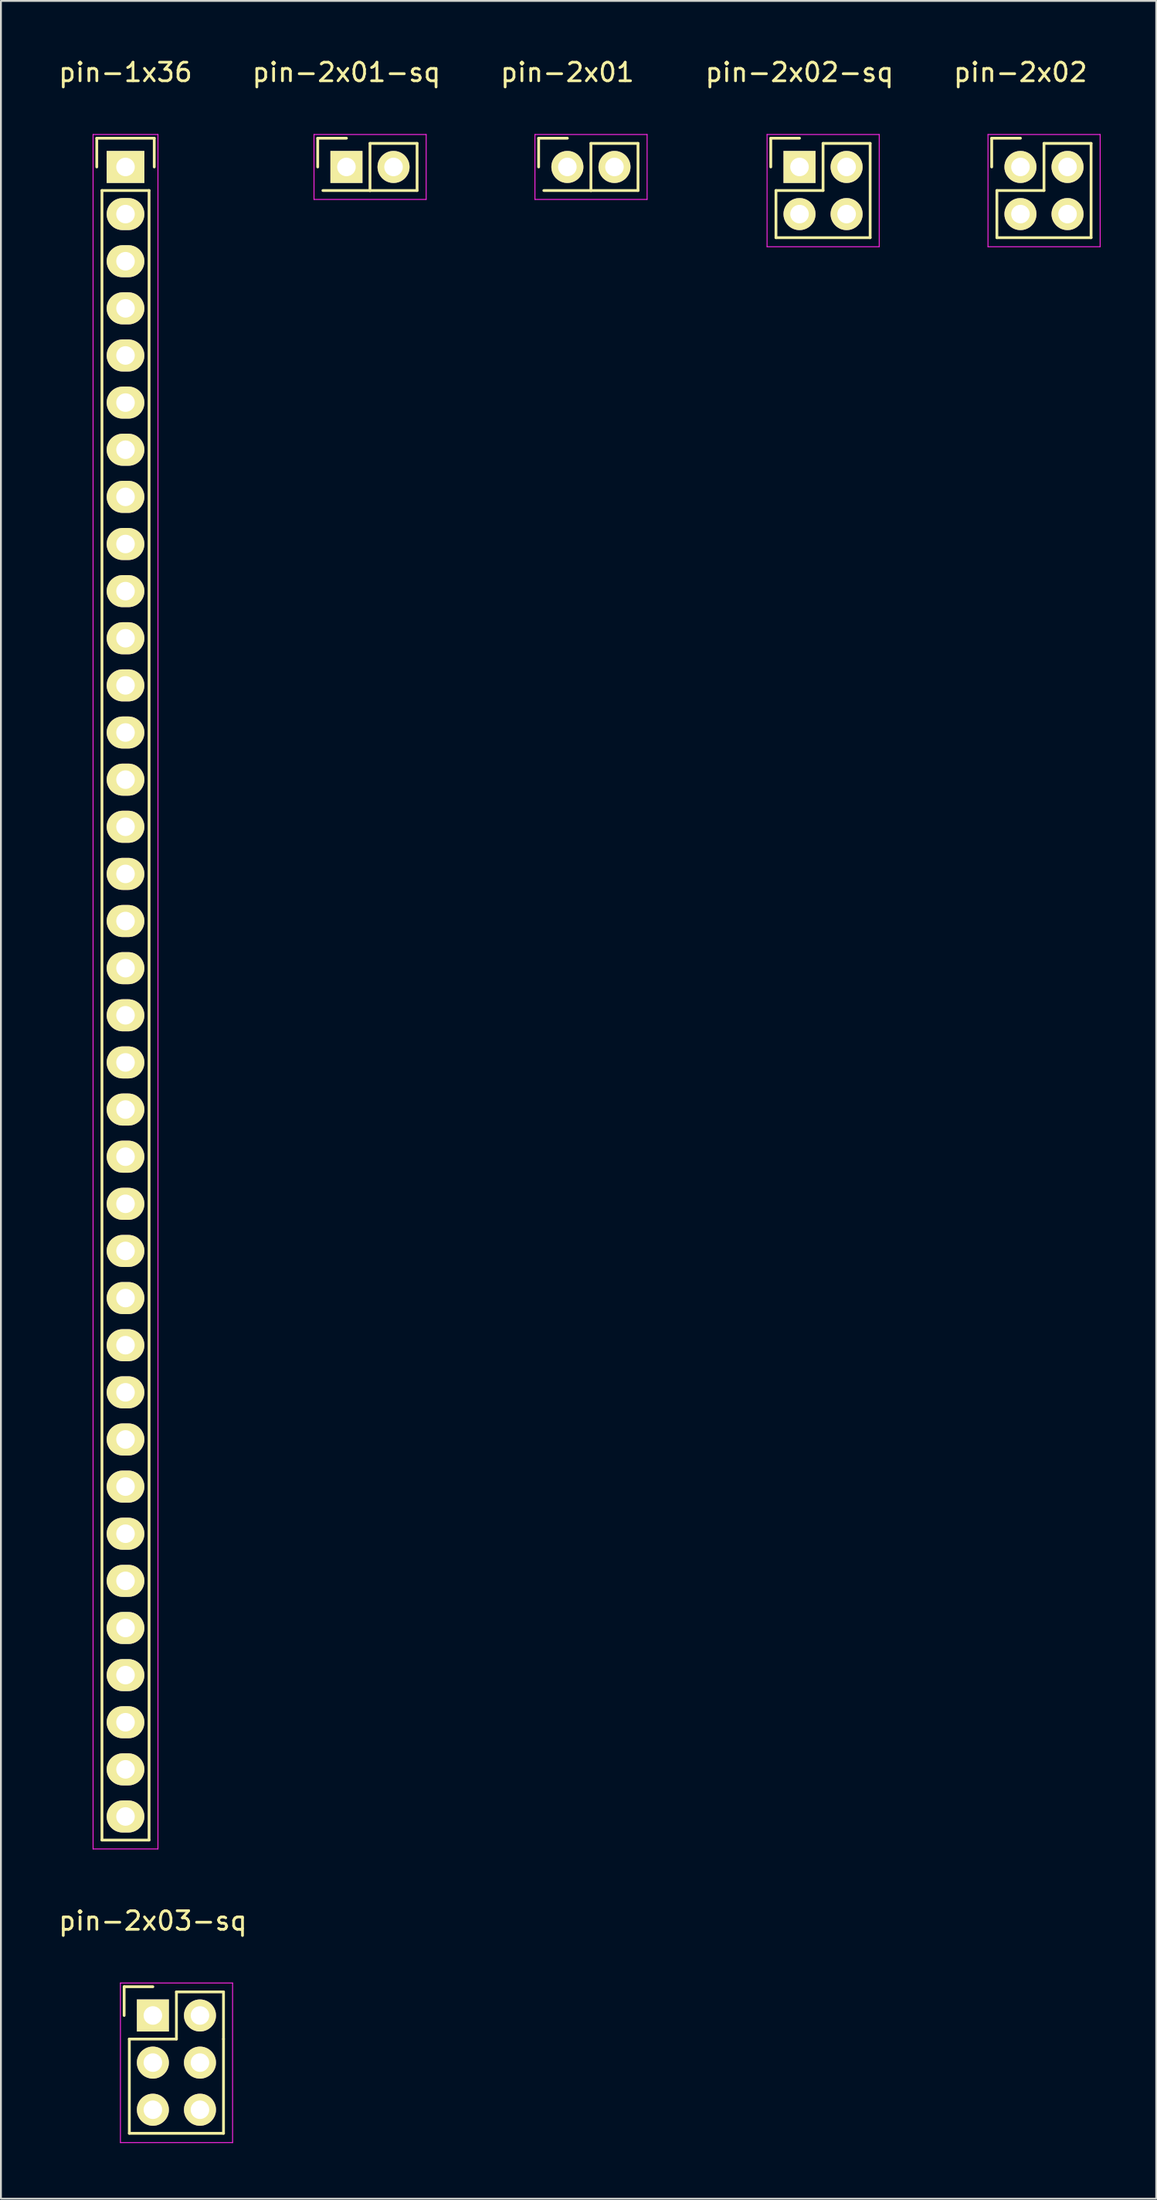
<source format=kicad_pcb>
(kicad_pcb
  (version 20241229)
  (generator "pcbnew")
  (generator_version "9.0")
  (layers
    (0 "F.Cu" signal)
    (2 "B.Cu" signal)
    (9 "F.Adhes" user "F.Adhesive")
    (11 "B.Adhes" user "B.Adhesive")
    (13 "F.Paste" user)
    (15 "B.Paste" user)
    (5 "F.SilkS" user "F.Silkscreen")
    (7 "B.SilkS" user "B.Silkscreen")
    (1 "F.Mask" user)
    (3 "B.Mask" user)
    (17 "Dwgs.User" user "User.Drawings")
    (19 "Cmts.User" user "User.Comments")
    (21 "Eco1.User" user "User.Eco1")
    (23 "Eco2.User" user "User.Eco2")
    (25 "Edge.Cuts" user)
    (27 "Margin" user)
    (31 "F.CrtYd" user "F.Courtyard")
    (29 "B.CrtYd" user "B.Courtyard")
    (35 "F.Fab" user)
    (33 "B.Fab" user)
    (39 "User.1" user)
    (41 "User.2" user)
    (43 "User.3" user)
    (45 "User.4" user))
  (footprint "pin-2x01"
    (layer "F.Cu")
    (at 27.554 5.948)
    (property "Reference" "pin-2x01" (at 0 -5.1 0) (layer "F.SilkS") (effects (font (size 1 1) (thickness 0.15))))
    (attr through_hole)
    (fp_line (start -1.55 0) (end -1.55 -1.55) (stroke (width 0.15) (type solid)) (layer "F.SilkS"))
    (fp_line (start -1.27 1.27) (end 1.27 1.27) (stroke (width 0.15) (type solid)) (layer "F.SilkS"))
    (fp_line (start 0 -1.55) (end -1.55 -1.55) (stroke (width 0.15) (type solid)) (layer "F.SilkS"))
    (fp_line (start 1.27 -1.27) (end 1.27 1.27) (stroke (width 0.15) (type solid)) (layer "F.SilkS"))
    (fp_line (start 1.27 1.27) (end 3.81 1.27) (stroke (width 0.15) (type solid)) (layer "F.SilkS"))
    (fp_line (start 3.81 -1.27) (end 1.27 -1.27) (stroke (width 0.15) (type solid)) (layer "F.SilkS"))
    (fp_line (start 3.81 1.27) (end 3.81 -1.27) (stroke (width 0.15) (type solid)) (layer "F.SilkS"))
    (fp_line (start -1.75 -1.75) (end -1.75 1.75) (stroke (width 0.05) (type solid)) (layer "F.CrtYd"))
    (fp_line (start -1.75 -1.75) (end 4.3 -1.75) (stroke (width 0.05) (type solid)) (layer "F.CrtYd"))
    (fp_line (start -1.75 1.75) (end 4.3 1.75) (stroke (width 0.05) (type solid)) (layer "F.CrtYd"))
    (fp_line (start 4.3 -1.75) (end 4.3 1.75) (stroke (width 0.05) (type solid)) (layer "F.CrtYd"))
    (pad "1" thru_hole oval (at 0 0) (size 1.727 1.727) (drill 1) (layers "*.Cu" "*.Mask" "F.SilkS"))
    (pad "2" thru_hole oval (at 2.54 0) (size 1.727 1.727) (drill 1) (layers "*.Cu" "*.Mask" "F.SilkS")))
  (footprint "pin-2x03-sq"
    (layer "F.Cu")
    (at 5.196 105.572)
    (property "Reference" "pin-2x03-sq" (at 0 -5.1 0) (layer "F.SilkS") (effects (font (size 1 1) (thickness 0.15))))
    (attr through_hole)
    (fp_line (start -1.55 -1.55) (end -1.55 0) (stroke (width 0.15) (type solid)) (layer "F.SilkS"))
    (fp_line (start -1.55 -1.55) (end 0 -1.55) (stroke (width 0.15) (type solid)) (layer "F.SilkS"))
    (fp_line (start -1.27 1.27) (end -1.27 6.35) (stroke (width 0.15) (type solid)) (layer "F.SilkS"))
    (fp_line (start -1.27 6.35) (end 3.81 6.35) (stroke (width 0.15) (type solid)) (layer "F.SilkS"))
    (fp_line (start 1.27 -1.27) (end 1.27 1.27) (stroke (width 0.15) (type solid)) (layer "F.SilkS"))
    (fp_line (start 1.27 1.27) (end -1.27 1.27) (stroke (width 0.15) (type solid)) (layer "F.SilkS"))
    (fp_line (start 3.81 -1.27) (end 1.27 -1.27) (stroke (width 0.15) (type solid)) (layer "F.SilkS"))
    (fp_line (start 3.81 1.27) (end 3.81 -1.27) (stroke (width 0.15) (type solid)) (layer "F.SilkS"))
    (fp_line (start 3.81 6.35) (end 3.81 1.27) (stroke (width 0.15) (type solid)) (layer "F.SilkS"))
    (fp_line (start -1.75 -1.75) (end -1.75 6.85) (stroke (width 0.05) (type solid)) (layer "F.CrtYd"))
    (fp_line (start -1.75 -1.75) (end 4.3 -1.75) (stroke (width 0.05) (type solid)) (layer "F.CrtYd"))
    (fp_line (start -1.75 6.85) (end 4.3 6.85) (stroke (width 0.05) (type solid)) (layer "F.CrtYd"))
    (fp_line (start 4.3 -1.75) (end 4.3 6.85) (stroke (width 0.05) (type solid)) (layer "F.CrtYd"))
    (pad "1" thru_hole rect (at 0 0) (size 1.727 1.727) (drill 1) (layers "*.Cu" "*.Mask" "F.SilkS"))
    (pad "2" thru_hole oval (at 2.54 0) (size 1.727 1.727) (drill 1) (layers "*.Cu" "*.Mask" "F.SilkS"))
    (pad "3" thru_hole oval (at 0 2.54) (size 1.727 1.727) (drill 1) (layers "*.Cu" "*.Mask" "F.SilkS"))
    (pad "4" thru_hole oval (at 2.54 2.54) (size 1.727 1.727) (drill 1) (layers "*.Cu" "*.Mask" "F.SilkS"))
    (pad "5" thru_hole oval (at 0 5.08) (size 1.727 1.727) (drill 1) (layers "*.Cu" "*.Mask" "F.SilkS"))
    (pad "6" thru_hole oval (at 2.54 5.08) (size 1.727 1.727) (drill 1) (layers "*.Cu" "*.Mask" "F.SilkS")))
  (footprint "pin-1x36"
    (layer "F.Cu")
    (at 3.72 5.948)
    (property "Reference" "pin-1x36" (at 0 -5.1 0) (layer "F.SilkS") (effects (font (size 1 1) (thickness 0.15))))
    (attr through_hole)
    (fp_line (start -1.55 -1.55) (end 1.55 -1.55) (stroke (width 0.15) (type solid)) (layer "F.SilkS"))
    (fp_line (start -1.55 0) (end -1.55 -1.55) (stroke (width 0.15) (type solid)) (layer "F.SilkS"))
    (fp_line (start -1.27 1.27) (end -1.27 90.17) (stroke (width 0.15) (type solid)) (layer "F.SilkS"))
    (fp_line (start -1.27 90.17) (end 1.27 90.17) (stroke (width 0.15) (type solid)) (layer "F.SilkS"))
    (fp_line (start 1.27 1.27) (end -1.27 1.27) (stroke (width 0.15) (type solid)) (layer "F.SilkS"))
    (fp_line (start 1.27 90.17) (end 1.27 1.27) (stroke (width 0.15) (type solid)) (layer "F.SilkS"))
    (fp_line (start 1.55 -1.55) (end 1.55 0) (stroke (width 0.15) (type solid)) (layer "F.SilkS"))
    (fp_line (start -1.75 -1.75) (end -1.75 90.65) (stroke (width 0.05) (type solid)) (layer "F.CrtYd"))
    (fp_line (start -1.75 -1.75) (end 1.75 -1.75) (stroke (width 0.05) (type solid)) (layer "F.CrtYd"))
    (fp_line (start -1.75 90.65) (end 1.75 90.65) (stroke (width 0.05) (type solid)) (layer "F.CrtYd"))
    (fp_line (start 1.75 -1.75) (end 1.75 90.65) (stroke (width 0.05) (type solid)) (layer "F.CrtYd"))
    (pad "1" thru_hole rect (at 0 0) (size 2.032 1.727) (drill 1) (layers "*.Cu" "*.Mask" "F.SilkS"))
    (pad "2" thru_hole oval (at 0 2.54) (size 2.032 1.727) (drill 1) (layers "*.Cu" "*.Mask" "F.SilkS"))
    (pad "3" thru_hole oval (at 0 5.08) (size 2.032 1.727) (drill 1) (layers "*.Cu" "*.Mask" "F.SilkS"))
    (pad "4" thru_hole oval (at 0 7.62) (size 2.032 1.727) (drill 1) (layers "*.Cu" "*.Mask" "F.SilkS"))
    (pad "5" thru_hole oval (at 0 10.16) (size 2.032 1.727) (drill 1) (layers "*.Cu" "*.Mask" "F.SilkS"))
    (pad "6" thru_hole oval (at 0 12.7) (size 2.032 1.727) (drill 1) (layers "*.Cu" "*.Mask" "F.SilkS"))
    (pad "7" thru_hole oval (at 0 15.24) (size 2.032 1.727) (drill 1) (layers "*.Cu" "*.Mask" "F.SilkS"))
    (pad "8" thru_hole oval (at 0 17.78) (size 2.032 1.727) (drill 1) (layers "*.Cu" "*.Mask" "F.SilkS"))
    (pad "9" thru_hole oval (at 0 20.32) (size 2.032 1.727) (drill 1) (layers "*.Cu" "*.Mask" "F.SilkS"))
    (pad "10" thru_hole oval (at 0 22.86) (size 2.032 1.727) (drill 1) (layers "*.Cu" "*.Mask" "F.SilkS"))
    (pad "11" thru_hole oval (at 0 25.4) (size 2.032 1.727) (drill 1) (layers "*.Cu" "*.Mask" "F.SilkS"))
    (pad "12" thru_hole oval (at 0 27.94) (size 2.032 1.727) (drill 1) (layers "*.Cu" "*.Mask" "F.SilkS"))
    (pad "13" thru_hole oval (at 0 30.48) (size 2.032 1.727) (drill 1) (layers "*.Cu" "*.Mask" "F.SilkS"))
    (pad "14" thru_hole oval (at 0 33.02) (size 2.032 1.727) (drill 1) (layers "*.Cu" "*.Mask" "F.SilkS"))
    (pad "15" thru_hole oval (at 0 35.56) (size 2.032 1.727) (drill 1) (layers "*.Cu" "*.Mask" "F.SilkS"))
    (pad "16" thru_hole oval (at 0 38.1) (size 2.032 1.727) (drill 1) (layers "*.Cu" "*.Mask" "F.SilkS"))
    (pad "17" thru_hole oval (at 0 40.64) (size 2.032 1.727) (drill 1) (layers "*.Cu" "*.Mask" "F.SilkS"))
    (pad "18" thru_hole oval (at 0 43.18) (size 2.032 1.727) (drill 1) (layers "*.Cu" "*.Mask" "F.SilkS"))
    (pad "19" thru_hole oval (at 0 45.72) (size 2.032 1.727) (drill 1) (layers "*.Cu" "*.Mask" "F.SilkS"))
    (pad "20" thru_hole oval (at 0 48.26) (size 2.032 1.727) (drill 1) (layers "*.Cu" "*.Mask" "F.SilkS"))
    (pad "21" thru_hole oval (at 0 50.8) (size 2.032 1.727) (drill 1) (layers "*.Cu" "*.Mask" "F.SilkS"))
    (pad "22" thru_hole oval (at 0 53.34) (size 2.032 1.727) (drill 1) (layers "*.Cu" "*.Mask" "F.SilkS"))
    (pad "23" thru_hole oval (at 0 55.88) (size 2.032 1.727) (drill 1) (layers "*.Cu" "*.Mask" "F.SilkS"))
    (pad "24" thru_hole oval (at 0 58.42) (size 2.032 1.727) (drill 1) (layers "*.Cu" "*.Mask" "F.SilkS"))
    (pad "25" thru_hole oval (at 0 60.96) (size 2.032 1.727) (drill 1) (layers "*.Cu" "*.Mask" "F.SilkS"))
    (pad "26" thru_hole oval (at 0 63.5) (size 2.032 1.727) (drill 1) (layers "*.Cu" "*.Mask" "F.SilkS"))
    (pad "27" thru_hole oval (at 0 66.04) (size 2.032 1.727) (drill 1) (layers "*.Cu" "*.Mask" "F.SilkS"))
    (pad "28" thru_hole oval (at 0 68.58) (size 2.032 1.727) (drill 1) (layers "*.Cu" "*.Mask" "F.SilkS"))
    (pad "29" thru_hole oval (at 0 71.12) (size 2.032 1.727) (drill 1) (layers "*.Cu" "*.Mask" "F.SilkS"))
    (pad "30" thru_hole oval (at 0 73.66) (size 2.032 1.727) (drill 1) (layers "*.Cu" "*.Mask" "F.SilkS"))
    (pad "31" thru_hole oval (at 0 76.2) (size 2.032 1.727) (drill 1) (layers "*.Cu" "*.Mask" "F.SilkS"))
    (pad "32" thru_hole oval (at 0 78.74) (size 2.032 1.727) (drill 1) (layers "*.Cu" "*.Mask" "F.SilkS"))
    (pad "33" thru_hole oval (at 0 81.28) (size 2.032 1.727) (drill 1) (layers "*.Cu" "*.Mask" "F.SilkS"))
    (pad "34" thru_hole oval (at 0 83.82) (size 2.032 1.727) (drill 1) (layers "*.Cu" "*.Mask" "F.SilkS"))
    (pad "35" thru_hole oval (at 0 86.36) (size 2.032 1.727) (drill 1) (layers "*.Cu" "*.Mask" "F.SilkS"))
    (pad "36" thru_hole oval (at 0 88.9) (size 2.032 1.727) (drill 1) (layers "*.Cu" "*.Mask" "F.SilkS")))
  (footprint "pin-2x02-sq"
    (layer "F.Cu")
    (at 40.075 5.948)
    (property "Reference" "pin-2x02-sq" (at 0 -5.1 0) (layer "F.SilkS") (effects (font (size 1 1) (thickness 0.15))))
    (attr through_hole)
    (fp_line (start -1.55 0) (end -1.55 -1.55) (stroke (width 0.15) (type solid)) (layer "F.SilkS"))
    (fp_line (start -1.27 1.27) (end 1.27 1.27) (stroke (width 0.15) (type solid)) (layer "F.SilkS"))
    (fp_line (start -1.27 3.81) (end -1.27 1.27) (stroke (width 0.15) (type solid)) (layer "F.SilkS"))
    (fp_line (start 0 -1.55) (end -1.55 -1.55) (stroke (width 0.15) (type solid)) (layer "F.SilkS"))
    (fp_line (start 1.27 -1.27) (end 3.81 -1.27) (stroke (width 0.15) (type solid)) (layer "F.SilkS"))
    (fp_line (start 1.27 1.27) (end 1.27 -1.27) (stroke (width 0.15) (type solid)) (layer "F.SilkS"))
    (fp_line (start 3.81 -1.27) (end 3.81 3.81) (stroke (width 0.15) (type solid)) (layer "F.SilkS"))
    (fp_line (start 3.81 3.81) (end -1.27 3.81) (stroke (width 0.15) (type solid)) (layer "F.SilkS"))
    (fp_line (start -1.75 -1.75) (end -1.75 4.3) (stroke (width 0.05) (type solid)) (layer "F.CrtYd"))
    (fp_line (start -1.75 -1.75) (end 4.3 -1.75) (stroke (width 0.05) (type solid)) (layer "F.CrtYd"))
    (fp_line (start -1.75 4.3) (end 4.3 4.3) (stroke (width 0.05) (type solid)) (layer "F.CrtYd"))
    (fp_line (start 4.3 -1.75) (end 4.3 4.3) (stroke (width 0.05) (type solid)) (layer "F.CrtYd"))
    (pad "1" thru_hole rect (at 0 0) (size 1.727 1.727) (drill 1) (layers "*.Cu" "*.Mask" "F.SilkS"))
    (pad "2" thru_hole oval (at 2.54 0) (size 1.727 1.727) (drill 1) (layers "*.Cu" "*.Mask" "F.SilkS"))
    (pad "3" thru_hole oval (at 0 2.54) (size 1.727 1.727) (drill 1) (layers "*.Cu" "*.Mask" "F.SilkS"))
    (pad "4" thru_hole oval (at 2.54 2.54) (size 1.727 1.727) (drill 1) (layers "*.Cu" "*.Mask" "F.SilkS")))
  (footprint "pin-2x01-sq"
    (layer "F.Cu")
    (at 15.637 5.948)
    (property "Reference" "pin-2x01-sq" (at 0 -5.1 0) (layer "F.SilkS") (effects (font (size 1 1) (thickness 0.15))))
    (attr through_hole)
    (fp_line (start -1.55 0) (end -1.55 -1.55) (stroke (width 0.15) (type solid)) (layer "F.SilkS"))
    (fp_line (start -1.27 1.27) (end 1.27 1.27) (stroke (width 0.15) (type solid)) (layer "F.SilkS"))
    (fp_line (start 0 -1.55) (end -1.55 -1.55) (stroke (width 0.15) (type solid)) (layer "F.SilkS"))
    (fp_line (start 1.27 -1.27) (end 1.27 1.27) (stroke (width 0.15) (type solid)) (layer "F.SilkS"))
    (fp_line (start 1.27 1.27) (end 3.81 1.27) (stroke (width 0.15) (type solid)) (layer "F.SilkS"))
    (fp_line (start 3.81 -1.27) (end 1.27 -1.27) (stroke (width 0.15) (type solid)) (layer "F.SilkS"))
    (fp_line (start 3.81 1.27) (end 3.81 -1.27) (stroke (width 0.15) (type solid)) (layer "F.SilkS"))
    (fp_line (start -1.75 -1.75) (end -1.75 1.75) (stroke (width 0.05) (type solid)) (layer "F.CrtYd"))
    (fp_line (start -1.75 -1.75) (end 4.3 -1.75) (stroke (width 0.05) (type solid)) (layer "F.CrtYd"))
    (fp_line (start -1.75 1.75) (end 4.3 1.75) (stroke (width 0.05) (type solid)) (layer "F.CrtYd"))
    (fp_line (start 4.3 -1.75) (end 4.3 1.75) (stroke (width 0.05) (type solid)) (layer "F.CrtYd"))
    (pad "1" thru_hole rect (at 0 0) (size 1.727 1.727) (drill 1) (layers "*.Cu" "*.Mask" "F.SilkS"))
    (pad "2" thru_hole oval (at 2.54 0) (size 1.727 1.727) (drill 1) (layers "*.Cu" "*.Mask" "F.SilkS")))
  (footprint "pin-2x02"
    (layer "F.Cu")
    (at 51.992 5.948)
    (property "Reference" "pin-2x02" (at 0 -5.1 0) (layer "F.SilkS") (effects (font (size 1 1) (thickness 0.15))))
    (attr through_hole)
    (fp_line (start -1.55 0) (end -1.55 -1.55) (stroke (width 0.15) (type solid)) (layer "F.SilkS"))
    (fp_line (start -1.27 1.27) (end 1.27 1.27) (stroke (width 0.15) (type solid)) (layer "F.SilkS"))
    (fp_line (start -1.27 3.81) (end -1.27 1.27) (stroke (width 0.15) (type solid)) (layer "F.SilkS"))
    (fp_line (start 0 -1.55) (end -1.55 -1.55) (stroke (width 0.15) (type solid)) (layer "F.SilkS"))
    (fp_line (start 1.27 -1.27) (end 3.81 -1.27) (stroke (width 0.15) (type solid)) (layer "F.SilkS"))
    (fp_line (start 1.27 1.27) (end 1.27 -1.27) (stroke (width 0.15) (type solid)) (layer "F.SilkS"))
    (fp_line (start 3.81 -1.27) (end 3.81 3.81) (stroke (width 0.15) (type solid)) (layer "F.SilkS"))
    (fp_line (start 3.81 3.81) (end -1.27 3.81) (stroke (width 0.15) (type solid)) (layer "F.SilkS"))
    (fp_line (start -1.75 -1.75) (end -1.75 4.3) (stroke (width 0.05) (type solid)) (layer "F.CrtYd"))
    (fp_line (start -1.75 -1.75) (end 4.3 -1.75) (stroke (width 0.05) (type solid)) (layer "F.CrtYd"))
    (fp_line (start -1.75 4.3) (end 4.3 4.3) (stroke (width 0.05) (type solid)) (layer "F.CrtYd"))
    (fp_line (start 4.3 -1.75) (end 4.3 4.3) (stroke (width 0.05) (type solid)) (layer "F.CrtYd"))
    (pad "1" thru_hole oval (at 0 0) (size 1.727 1.727) (drill 1) (layers "*.Cu" "*.Mask" "F.SilkS"))
    (pad "2" thru_hole oval (at 2.54 0) (size 1.727 1.727) (drill 1) (layers "*.Cu" "*.Mask" "F.SilkS"))
    (pad "3" thru_hole oval (at 0 2.54) (size 1.727 1.727) (drill 1) (layers "*.Cu" "*.Mask" "F.SilkS"))
    (pad "4" thru_hole oval (at 2.54 2.54) (size 1.727 1.727) (drill 1) (layers "*.Cu" "*.Mask" "F.SilkS")))
  (gr_rect
    (start -3 -3)
    (end 59.317 115.447)
    (stroke (width 0.1) (type default))
    (fill no)
    (layer "Edge.Cuts")))
</source>
